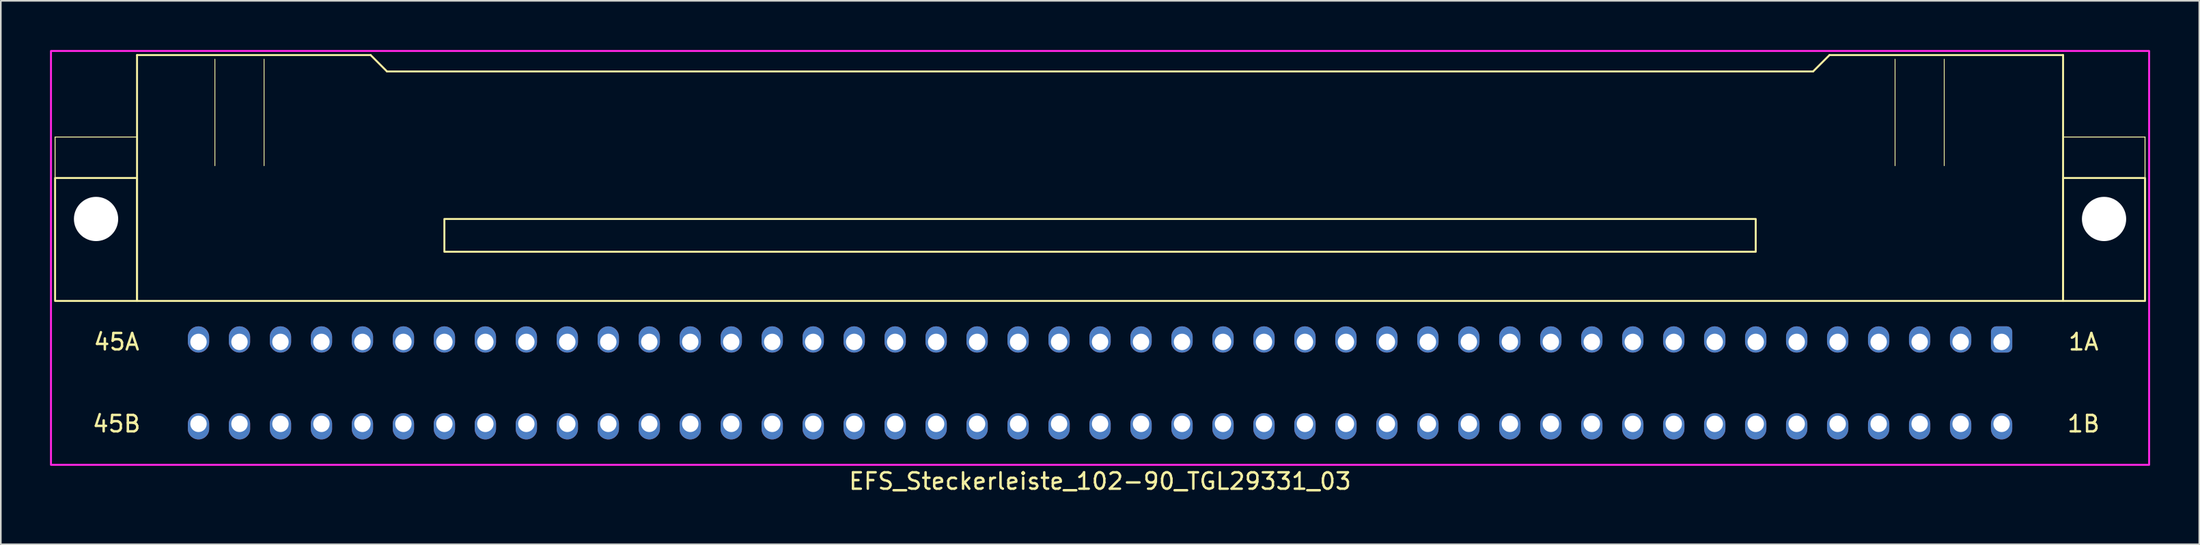
<source format=kicad_pcb>
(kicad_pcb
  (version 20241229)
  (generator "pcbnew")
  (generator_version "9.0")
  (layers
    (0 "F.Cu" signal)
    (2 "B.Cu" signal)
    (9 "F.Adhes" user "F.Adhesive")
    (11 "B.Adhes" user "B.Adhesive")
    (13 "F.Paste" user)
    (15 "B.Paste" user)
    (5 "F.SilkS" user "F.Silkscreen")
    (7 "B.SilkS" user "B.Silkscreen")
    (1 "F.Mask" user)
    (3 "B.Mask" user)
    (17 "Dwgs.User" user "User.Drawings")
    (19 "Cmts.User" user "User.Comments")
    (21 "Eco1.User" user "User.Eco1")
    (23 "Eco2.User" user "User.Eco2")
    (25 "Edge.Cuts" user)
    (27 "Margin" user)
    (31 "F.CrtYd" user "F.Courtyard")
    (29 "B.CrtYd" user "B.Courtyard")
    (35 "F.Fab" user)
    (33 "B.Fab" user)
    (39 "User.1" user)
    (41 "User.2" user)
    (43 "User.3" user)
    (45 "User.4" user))
  (footprint "EFS_Steckerleiste_102-90_TGL29331_03"
    (layer "F.Cu")
    (at 64.06 5.31)
    (property "Reference" "EFS_Steckerleiste_102-90_TGL29331_03" (at 0 21 180) (layer "F.SilkS") (effects (font (size 1 1) (thickness 0.15))))
    (attr through_hole)
    (fp_line (start -63.75 0) (end -63.75 2.5) (stroke (width 0.06) (type solid)) (layer "F.SilkS"))
    (fp_line (start -58.75 -5) (end -58.75 10) (stroke (width 0.12) (type solid)) (layer "F.SilkS"))
    (fp_line (start -58.75 -5) (end -44.5 -5) (stroke (width 0.12) (type solid)) (layer "F.SilkS"))
    (fp_line (start -58.75 0) (end -63.75 0) (stroke (width 0.06) (type solid)) (layer "F.SilkS"))
    (fp_line (start -58.75 10) (end 58.75 10) (stroke (width 0.12) (type solid)) (layer "F.SilkS"))
    (fp_line (start -54 -4.75) (end -54 1.75) (stroke (width 0.05) (type solid)) (layer "F.SilkS"))
    (fp_line (start -51 -4.75) (end -51 1.75) (stroke (width 0.05) (type solid)) (layer "F.SilkS"))
    (fp_line (start -44.5 -5) (end -43.5 -4) (stroke (width 0.12) (type solid)) (layer "F.SilkS"))
    (fp_line (start -43.5 -4) (end 43.5 -4) (stroke (width 0.12) (type solid)) (layer "F.SilkS"))
    (fp_line (start 44.5 -5) (end 43.5 -4) (stroke (width 0.12) (type solid)) (layer "F.SilkS"))
    (fp_line (start 48.5 -4.75) (end 48.5 1.75) (stroke (width 0.05) (type solid)) (layer "F.SilkS"))
    (fp_line (start 51.5 -4.75) (end 51.5 1.75) (stroke (width 0.05) (type solid)) (layer "F.SilkS"))
    (fp_line (start 58.75 -5) (end 44.5 -5) (stroke (width 0.12) (type solid)) (layer "F.SilkS"))
    (fp_line (start 58.75 10) (end 58.75 -5) (stroke (width 0.12) (type solid)) (layer "F.SilkS"))
    (fp_line (start 63.75 0) (end 58.75 0) (stroke (width 0.06) (type solid)) (layer "F.SilkS"))
    (fp_line (start 63.75 0) (end 63.75 2.5) (stroke (width 0.06) (type solid)) (layer "F.SilkS"))
    (fp_rect (start -58.75 10) (end -63.75 2.5) (stroke (width 0.12) (type solid)) (fill no) (layer "F.SilkS"))
    (fp_rect (start -40 7) (end 40 5) (stroke (width 0.12) (type solid)) (fill no) (layer "F.SilkS"))
    (fp_rect (start 63.75 10) (end 58.75 2.5) (stroke (width 0.12) (type solid)) (fill no) (layer "F.SilkS"))
    (fp_rect (start -64 -5.25) (end 64 20) (stroke (width 0.12) (type solid)) (fill no) (layer "F.CrtYd"))
    (fp_text user "1A" (at 60 12.5 0) (layer "F.SilkS") (effects (font (size 1 1) (thickness 0.15))))
    (fp_text user "1B" (at 60 17.5 0) (layer "F.SilkS") (effects (font (size 1 1) (thickness 0.15))))
    (fp_text user "45B" (at -60 17.5 0) (layer "F.SilkS") (effects (font (size 1 1) (thickness 0.15))))
    (fp_text user "45A" (at -60 12.5 0) (layer "F.SilkS") (effects (font (size 1 1) (thickness 0.15))))
    (pad "" np_thru_hole circle (at -61.25 5) (size 2.7 2.7) (drill 2.7) (layers "*.Cu" "*.Mask"))
    (pad "" np_thru_hole circle (at 61.25 5) (size 2.7 2.7) (drill 2.7) (layers "*.Cu" "*.Mask"))
    (pad "1a" thru_hole roundrect (at 55 12.5) (size 1.3 1.6) (drill 1 (offset 0 -0.15)) (layers "*.Cu" "*.Mask") (roundrect_rratio 0.25))
    (pad "1b" thru_hole oval (at 55 17.5) (size 1.3 1.6) (drill 1 (offset 0 0.15)) (layers "*.Cu" "*.Mask"))
    (pad "2a" thru_hole oval (at 52.5 12.5) (size 1.3 1.6) (drill 1 (offset 0 -0.15)) (layers "*.Cu" "*.Mask"))
    (pad "2b" thru_hole oval (at 52.5 17.5) (size 1.3 1.6) (drill 1 (offset 0 0.15)) (layers "*.Cu" "*.Mask"))
    (pad "3a" thru_hole oval (at 50 12.5) (size 1.3 1.6) (drill 1 (offset 0 -0.15)) (layers "*.Cu" "*.Mask"))
    (pad "3b" thru_hole oval (at 50 17.5) (size 1.3 1.6) (drill 1 (offset 0 0.15)) (layers "*.Cu" "*.Mask"))
    (pad "4a" thru_hole oval (at 47.5 12.5) (size 1.3 1.6) (drill 1 (offset 0 -0.15)) (layers "*.Cu" "*.Mask"))
    (pad "4b" thru_hole oval (at 47.5 17.5) (size 1.3 1.6) (drill 1 (offset 0 0.15)) (layers "*.Cu" "*.Mask"))
    (pad "5a" thru_hole oval (at 45 12.5) (size 1.3 1.6) (drill 1 (offset 0 -0.15)) (layers "*.Cu" "*.Mask"))
    (pad "5b" thru_hole oval (at 45 17.5) (size 1.3 1.6) (drill 1 (offset 0 0.15)) (layers "*.Cu" "*.Mask"))
    (pad "6a" thru_hole oval (at 42.5 12.5) (size 1.3 1.6) (drill 1 (offset 0 -0.15)) (layers "*.Cu" "*.Mask"))
    (pad "6b" thru_hole oval (at 42.5 17.5) (size 1.3 1.6) (drill 1 (offset 0 0.15)) (layers "*.Cu" "*.Mask"))
    (pad "7a" thru_hole oval (at 40 12.5) (size 1.3 1.6) (drill 1 (offset 0 -0.15)) (layers "*.Cu" "*.Mask"))
    (pad "7b" thru_hole oval (at 40 17.5) (size 1.3 1.6) (drill 1 (offset 0 0.15)) (layers "*.Cu" "*.Mask"))
    (pad "8a" thru_hole oval (at 37.5 12.5) (size 1.3 1.6) (drill 1 (offset 0 -0.15)) (layers "*.Cu" "*.Mask"))
    (pad "8b" thru_hole oval (at 37.5 17.5) (size 1.3 1.6) (drill 1 (offset 0 0.15)) (layers "*.Cu" "*.Mask"))
    (pad "9a" thru_hole oval (at 35 12.5) (size 1.3 1.6) (drill 1 (offset 0 -0.15)) (layers "*.Cu" "*.Mask"))
    (pad "9b" thru_hole oval (at 35 17.5) (size 1.3 1.6) (drill 1 (offset 0 0.15)) (layers "*.Cu" "*.Mask"))
    (pad "10a" thru_hole oval (at 32.5 12.5) (size 1.3 1.6) (drill 1 (offset 0 -0.15)) (layers "*.Cu" "*.Mask"))
    (pad "10b" thru_hole oval (at 32.5 17.5) (size 1.3 1.6) (drill 1 (offset 0 0.15)) (layers "*.Cu" "*.Mask"))
    (pad "11a" thru_hole oval (at 30 12.5) (size 1.3 1.6) (drill 1 (offset 0 -0.15)) (layers "*.Cu" "*.Mask"))
    (pad "11b" thru_hole oval (at 30 17.5) (size 1.3 1.6) (drill 1 (offset 0 0.15)) (layers "*.Cu" "*.Mask"))
    (pad "12a" thru_hole oval (at 27.5 12.5) (size 1.3 1.6) (drill 1 (offset 0 -0.15)) (layers "*.Cu" "*.Mask"))
    (pad "12b" thru_hole oval (at 27.5 17.5) (size 1.3 1.6) (drill 1 (offset 0 0.15)) (layers "*.Cu" "*.Mask"))
    (pad "13a" thru_hole oval (at 25 12.5) (size 1.3 1.6) (drill 1 (offset 0 -0.15)) (layers "*.Cu" "*.Mask"))
    (pad "13b" thru_hole oval (at 25 17.5) (size 1.3 1.6) (drill 1 (offset 0 0.15)) (layers "*.Cu" "*.Mask"))
    (pad "14a" thru_hole oval (at 22.5 12.5) (size 1.3 1.6) (drill 1 (offset 0 -0.15)) (layers "*.Cu" "*.Mask"))
    (pad "14b" thru_hole oval (at 22.5 17.5) (size 1.3 1.6) (drill 1 (offset 0 0.15)) (layers "*.Cu" "*.Mask"))
    (pad "15a" thru_hole oval (at 20 12.5) (size 1.3 1.6) (drill 1 (offset 0 -0.15)) (layers "*.Cu" "*.Mask"))
    (pad "15b" thru_hole oval (at 20 17.5) (size 1.3 1.6) (drill 1 (offset 0 0.15)) (layers "*.Cu" "*.Mask"))
    (pad "16a" thru_hole oval (at 17.5 12.5) (size 1.3 1.6) (drill 1 (offset 0 -0.15)) (layers "*.Cu" "*.Mask"))
    (pad "16b" thru_hole oval (at 17.5 17.5) (size 1.3 1.6) (drill 1 (offset 0 0.15)) (layers "*.Cu" "*.Mask"))
    (pad "17a" thru_hole oval (at 15 12.5) (size 1.3 1.6) (drill 1 (offset 0 -0.15)) (layers "*.Cu" "*.Mask"))
    (pad "17b" thru_hole oval (at 15 17.5) (size 1.3 1.6) (drill 1 (offset 0 0.15)) (layers "*.Cu" "*.Mask"))
    (pad "18a" thru_hole oval (at 12.5 12.5) (size 1.3 1.6) (drill 1 (offset 0 -0.15)) (layers "*.Cu" "*.Mask"))
    (pad "18b" thru_hole oval (at 12.5 17.5) (size 1.3 1.6) (drill 1 (offset 0 0.15)) (layers "*.Cu" "*.Mask"))
    (pad "19a" thru_hole oval (at 10 12.5) (size 1.3 1.6) (drill 1 (offset 0 -0.15)) (layers "*.Cu" "*.Mask"))
    (pad "19b" thru_hole oval (at 10 17.5) (size 1.3 1.6) (drill 1 (offset 0 0.15)) (layers "*.Cu" "*.Mask"))
    (pad "20a" thru_hole oval (at 7.5 12.5) (size 1.3 1.6) (drill 1 (offset 0 -0.15)) (layers "*.Cu" "*.Mask"))
    (pad "20b" thru_hole oval (at 7.5 17.5) (size 1.3 1.6) (drill 1 (offset 0 0.15)) (layers "*.Cu" "*.Mask"))
    (pad "21a" thru_hole oval (at 5 12.5) (size 1.3 1.6) (drill 1 (offset 0 -0.15)) (layers "*.Cu" "*.Mask"))
    (pad "21b" thru_hole oval (at 5 17.5) (size 1.3 1.6) (drill 1 (offset 0 0.15)) (layers "*.Cu" "*.Mask"))
    (pad "22a" thru_hole oval (at 2.5 12.5) (size 1.3 1.6) (drill 1 (offset 0 -0.15)) (layers "*.Cu" "*.Mask"))
    (pad "22b" thru_hole oval (at 2.5 17.5) (size 1.3 1.6) (drill 1 (offset 0 0.15)) (layers "*.Cu" "*.Mask"))
    (pad "23a" thru_hole oval (at 0 12.5) (size 1.3 1.6) (drill 1 (offset 0 -0.15)) (layers "*.Cu" "*.Mask"))
    (pad "23b" thru_hole oval (at 0 17.5) (size 1.3 1.6) (drill 1 (offset 0 0.15)) (layers "*.Cu" "*.Mask"))
    (pad "24a" thru_hole oval (at -2.5 12.5) (size 1.3 1.6) (drill 1 (offset 0 -0.15)) (layers "*.Cu" "*.Mask"))
    (pad "24b" thru_hole oval (at -2.5 17.5) (size 1.3 1.6) (drill 1 (offset 0 0.15)) (layers "*.Cu" "*.Mask"))
    (pad "25a" thru_hole oval (at -5 12.5) (size 1.3 1.6) (drill 1 (offset 0 -0.15)) (layers "*.Cu" "*.Mask"))
    (pad "25b" thru_hole oval (at -5 17.5) (size 1.3 1.6) (drill 1 (offset 0 0.15)) (layers "*.Cu" "*.Mask"))
    (pad "26a" thru_hole oval (at -7.5 12.5) (size 1.3 1.6) (drill 1 (offset 0 -0.15)) (layers "*.Cu" "*.Mask"))
    (pad "26b" thru_hole oval (at -7.5 17.5) (size 1.3 1.6) (drill 1 (offset 0 0.15)) (layers "*.Cu" "*.Mask"))
    (pad "27a" thru_hole oval (at -10 12.5) (size 1.3 1.6) (drill 1 (offset 0 -0.15)) (layers "*.Cu" "*.Mask"))
    (pad "27b" thru_hole oval (at -10 17.5) (size 1.3 1.6) (drill 1 (offset 0 0.15)) (layers "*.Cu" "*.Mask"))
    (pad "28a" thru_hole oval (at -12.5 12.5) (size 1.3 1.6) (drill 1 (offset 0 -0.15)) (layers "*.Cu" "*.Mask"))
    (pad "28b" thru_hole oval (at -12.5 17.5) (size 1.3 1.6) (drill 1 (offset 0 0.15)) (layers "*.Cu" "*.Mask"))
    (pad "29a" thru_hole oval (at -15 12.5) (size 1.3 1.6) (drill 1 (offset 0 -0.15)) (layers "*.Cu" "*.Mask"))
    (pad "29b" thru_hole oval (at -15 17.5) (size 1.3 1.6) (drill 1 (offset 0 0.15)) (layers "*.Cu" "*.Mask"))
    (pad "30a" thru_hole oval (at -17.5 12.5) (size 1.3 1.6) (drill 1 (offset 0 -0.15)) (layers "*.Cu" "*.Mask"))
    (pad "30b" thru_hole oval (at -17.5 17.5) (size 1.3 1.6) (drill 1 (offset 0 0.15)) (layers "*.Cu" "*.Mask"))
    (pad "31a" thru_hole oval (at -20 12.5) (size 1.3 1.6) (drill 1 (offset 0 -0.15)) (layers "*.Cu" "*.Mask"))
    (pad "31b" thru_hole oval (at -20 17.5) (size 1.3 1.6) (drill 1 (offset 0 0.15)) (layers "*.Cu" "*.Mask"))
    (pad "32a" thru_hole oval (at -22.5 12.5) (size 1.3 1.6) (drill 1 (offset 0 -0.15)) (layers "*.Cu" "*.Mask"))
    (pad "32b" thru_hole oval (at -22.5 17.5) (size 1.3 1.6) (drill 1 (offset 0 0.15)) (layers "*.Cu" "*.Mask"))
    (pad "33a" thru_hole oval (at -25 12.5) (size 1.3 1.6) (drill 1 (offset 0 -0.15)) (layers "*.Cu" "*.Mask"))
    (pad "33b" thru_hole oval (at -25 17.5) (size 1.3 1.6) (drill 1 (offset 0 0.15)) (layers "*.Cu" "*.Mask"))
    (pad "34a" thru_hole oval (at -27.5 12.5) (size 1.3 1.6) (drill 1 (offset 0 -0.15)) (layers "*.Cu" "*.Mask"))
    (pad "34b" thru_hole oval (at -27.5 17.5) (size 1.3 1.6) (drill 1 (offset 0 0.15)) (layers "*.Cu" "*.Mask"))
    (pad "35a" thru_hole oval (at -30 12.5) (size 1.3 1.6) (drill 1 (offset 0 -0.15)) (layers "*.Cu" "*.Mask"))
    (pad "35b" thru_hole oval (at -30 17.5) (size 1.3 1.6) (drill 1 (offset 0 0.15)) (layers "*.Cu" "*.Mask"))
    (pad "36a" thru_hole oval (at -32.5 12.5) (size 1.3 1.6) (drill 1 (offset 0 -0.15)) (layers "*.Cu" "*.Mask"))
    (pad "36b" thru_hole oval (at -32.5 17.5) (size 1.3 1.6) (drill 1 (offset 0 0.15)) (layers "*.Cu" "*.Mask"))
    (pad "37a" thru_hole oval (at -35 12.5) (size 1.3 1.6) (drill 1 (offset 0 -0.15)) (layers "*.Cu" "*.Mask"))
    (pad "37b" thru_hole oval (at -35 17.5) (size 1.3 1.6) (drill 1 (offset 0 0.15)) (layers "*.Cu" "*.Mask"))
    (pad "38a" thru_hole oval (at -37.5 12.5) (size 1.3 1.6) (drill 1 (offset 0 -0.15)) (layers "*.Cu" "*.Mask"))
    (pad "38b" thru_hole oval (at -37.5 17.5) (size 1.3 1.6) (drill 1 (offset 0 0.15)) (layers "*.Cu" "*.Mask"))
    (pad "39a" thru_hole oval (at -40 12.5) (size 1.3 1.6) (drill 1 (offset 0 -0.15)) (layers "*.Cu" "*.Mask"))
    (pad "39b" thru_hole oval (at -40 17.5) (size 1.3 1.6) (drill 1 (offset 0 0.15)) (layers "*.Cu" "*.Mask"))
    (pad "40a" thru_hole oval (at -42.5 12.5) (size 1.3 1.6) (drill 1 (offset 0 -0.15)) (layers "*.Cu" "*.Mask"))
    (pad "40b" thru_hole oval (at -42.5 17.5) (size 1.3 1.6) (drill 1 (offset 0 0.15)) (layers "*.Cu" "*.Mask"))
    (pad "41a" thru_hole oval (at -45 12.5) (size 1.3 1.6) (drill 1 (offset 0 -0.15)) (layers "*.Cu" "*.Mask"))
    (pad "41b" thru_hole oval (at -45 17.5) (size 1.3 1.6) (drill 1 (offset 0 0.15)) (layers "*.Cu" "*.Mask"))
    (pad "42a" thru_hole oval (at -47.5 12.5) (size 1.3 1.6) (drill 1 (offset 0 -0.15)) (layers "*.Cu" "*.Mask"))
    (pad "42b" thru_hole oval (at -47.5 17.5) (size 1.3 1.6) (drill 1 (offset 0 0.15)) (layers "*.Cu" "*.Mask"))
    (pad "43a" thru_hole oval (at -50 12.5) (size 1.3 1.6) (drill 1 (offset 0 -0.15)) (layers "*.Cu" "*.Mask"))
    (pad "43b" thru_hole oval (at -50 17.5) (size 1.3 1.6) (drill 1 (offset 0 0.15)) (layers "*.Cu" "*.Mask"))
    (pad "44a" thru_hole oval (at -52.5 12.5) (size 1.3 1.6) (drill 1 (offset 0 -0.15)) (layers "*.Cu" "*.Mask"))
    (pad "44b" thru_hole oval (at -52.5 17.5) (size 1.3 1.6) (drill 1 (offset 0 0.15)) (layers "*.Cu" "*.Mask"))
    (pad "45a" thru_hole oval (at -55 12.5) (size 1.3 1.6) (drill 1 (offset 0 -0.15)) (layers "*.Cu" "*.Mask"))
    (pad "45b" thru_hole oval (at -55 17.5) (size 1.3 1.6) (drill 1 (offset 0 0.15)) (layers "*.Cu" "*.Mask")))
  (gr_rect
    (start -3 -3)
    (end 131.12 30.158)
    (stroke (width 0.1) (type default))
    (fill no)
    (layer "Edge.Cuts")))
</source>
